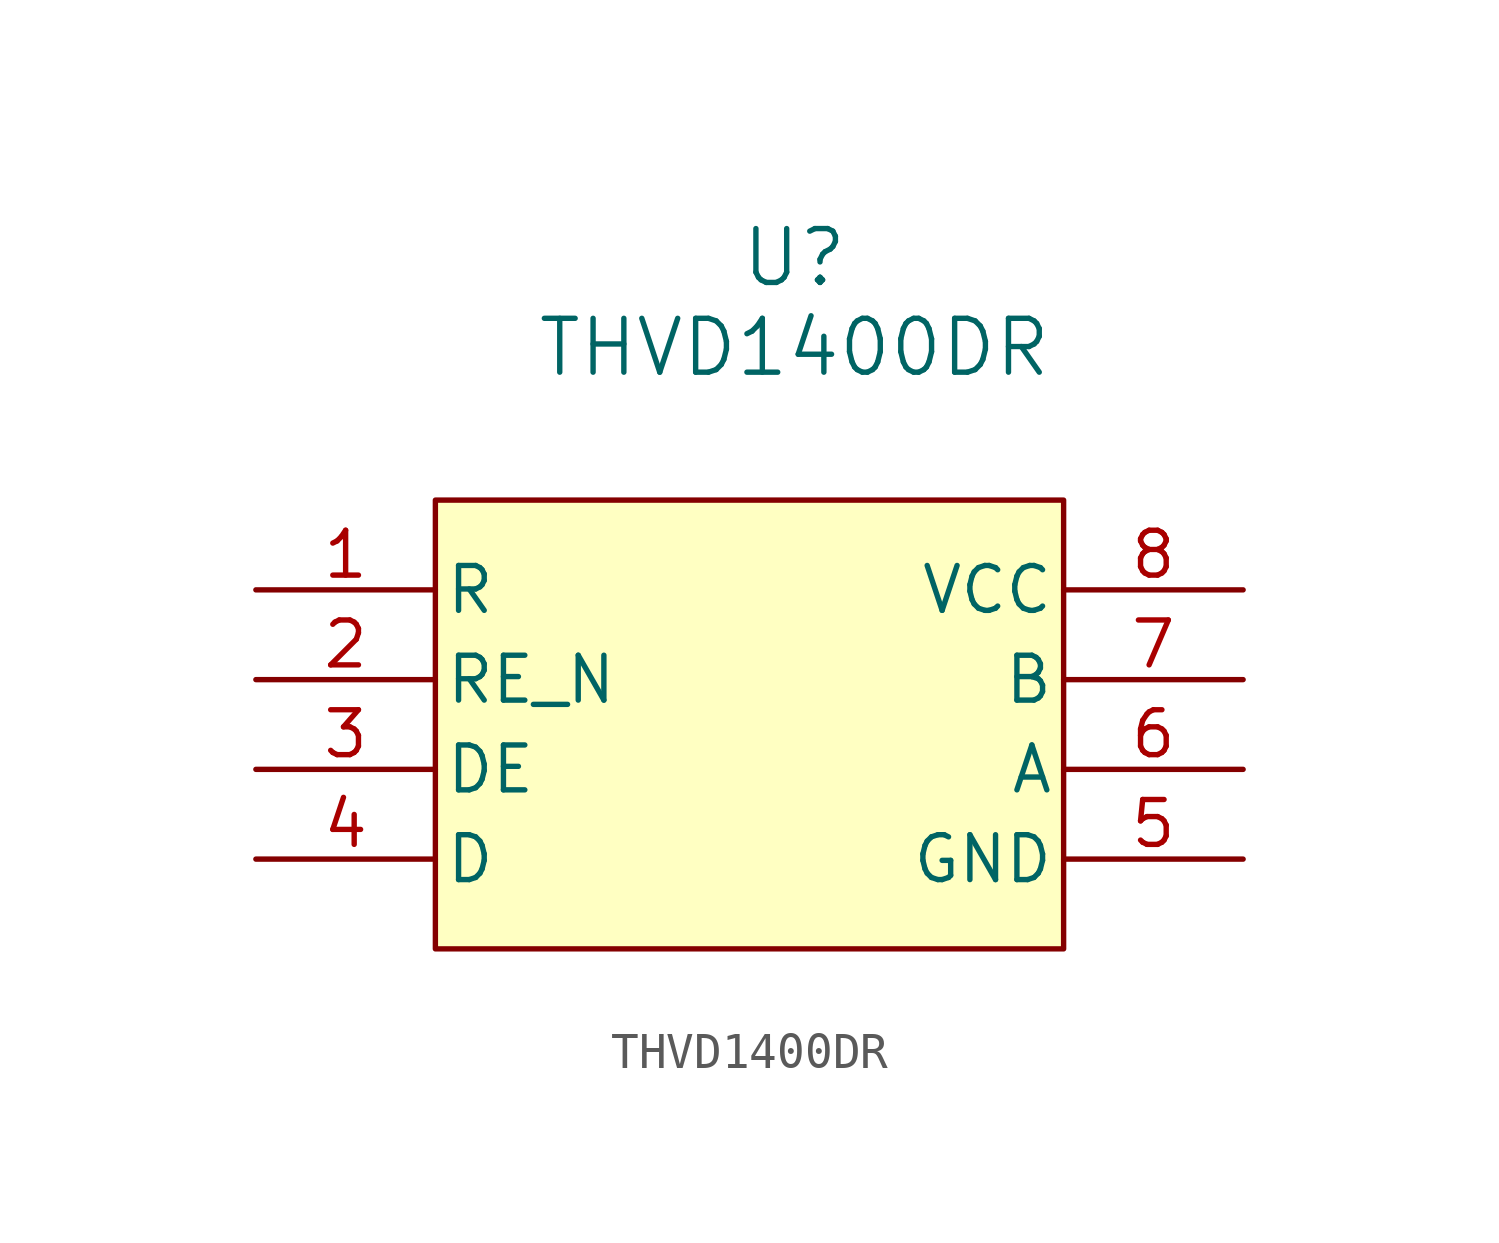
<source format=kicad_sym>
(kicad_symbol_lib
  (version 20231120)
  (generator "kicad_symbol_editor")
  (generator_version "8.0")
  (symbol "THVD1400DR"
    (pin_names
      (offset 0.254))
    (property "Reference" "U"
      (at 15.24 9.398 0)
      (effects (font (size 1.524 1.524))))
    (property "Value" "THVD1400DR"
      (at 15.24 6.858 0)
      (effects (font (size 1.524 1.524))))
    (property "ki_locked" ""
      (at 0 0 0)
      (effects (font (size 1.27 1.27))))
    (symbol "THVD1400DR_0_1"
      (pin output line (at 0 0 0) (length 5.08) (name "R" (effects (font (size 1.27 1.27)))) (number "1" (effects (font (size 1.27 1.27)))))
      (pin input line (at 0 -2.54 0) (length 5.08) (name "RE_N" (effects (font (size 1.27 1.27)))) (number "2" (effects (font (size 1.27 1.27)))))
      (pin input line (at 0 -5.08 0) (length 5.08) (name "DE" (effects (font (size 1.27 1.27)))) (number "3" (effects (font (size 1.27 1.27)))))
      (pin input line (at 0 -7.62 0) (length 5.08) (name "D" (effects (font (size 1.27 1.27)))) (number "4" (effects (font (size 1.27 1.27)))))
      (pin power_in line (at 27.94 -7.62 180) (length 5.08) (name "GND" (effects (font (size 1.27 1.27)))) (number "5" (effects (font (size 1.27 1.27)))))
      (pin bidirectional line (at 27.94 -5.08 180) (length 5.08) (name "A" (effects (font (size 1.27 1.27)))) (number "6" (effects (font (size 1.27 1.27)))))
      (pin bidirectional line (at 27.94 -2.54 180) (length 5.08) (name "B" (effects (font (size 1.27 1.27)))) (number "7" (effects (font (size 1.27 1.27)))))
      (pin power_in line (at 27.94 0 180) (length 5.08) (name "VCC" (effects (font (size 1.27 1.27)))) (number "8" (effects (font (size 1.27 1.27))))))
    (symbol "THVD1400DR_1_1"
      (rectangle (start 5.08 2.54) (end 22.86 -10.16) (stroke (width 0) (type default) (color 132 0 0 1)) (fill (type background))))))
</source>
